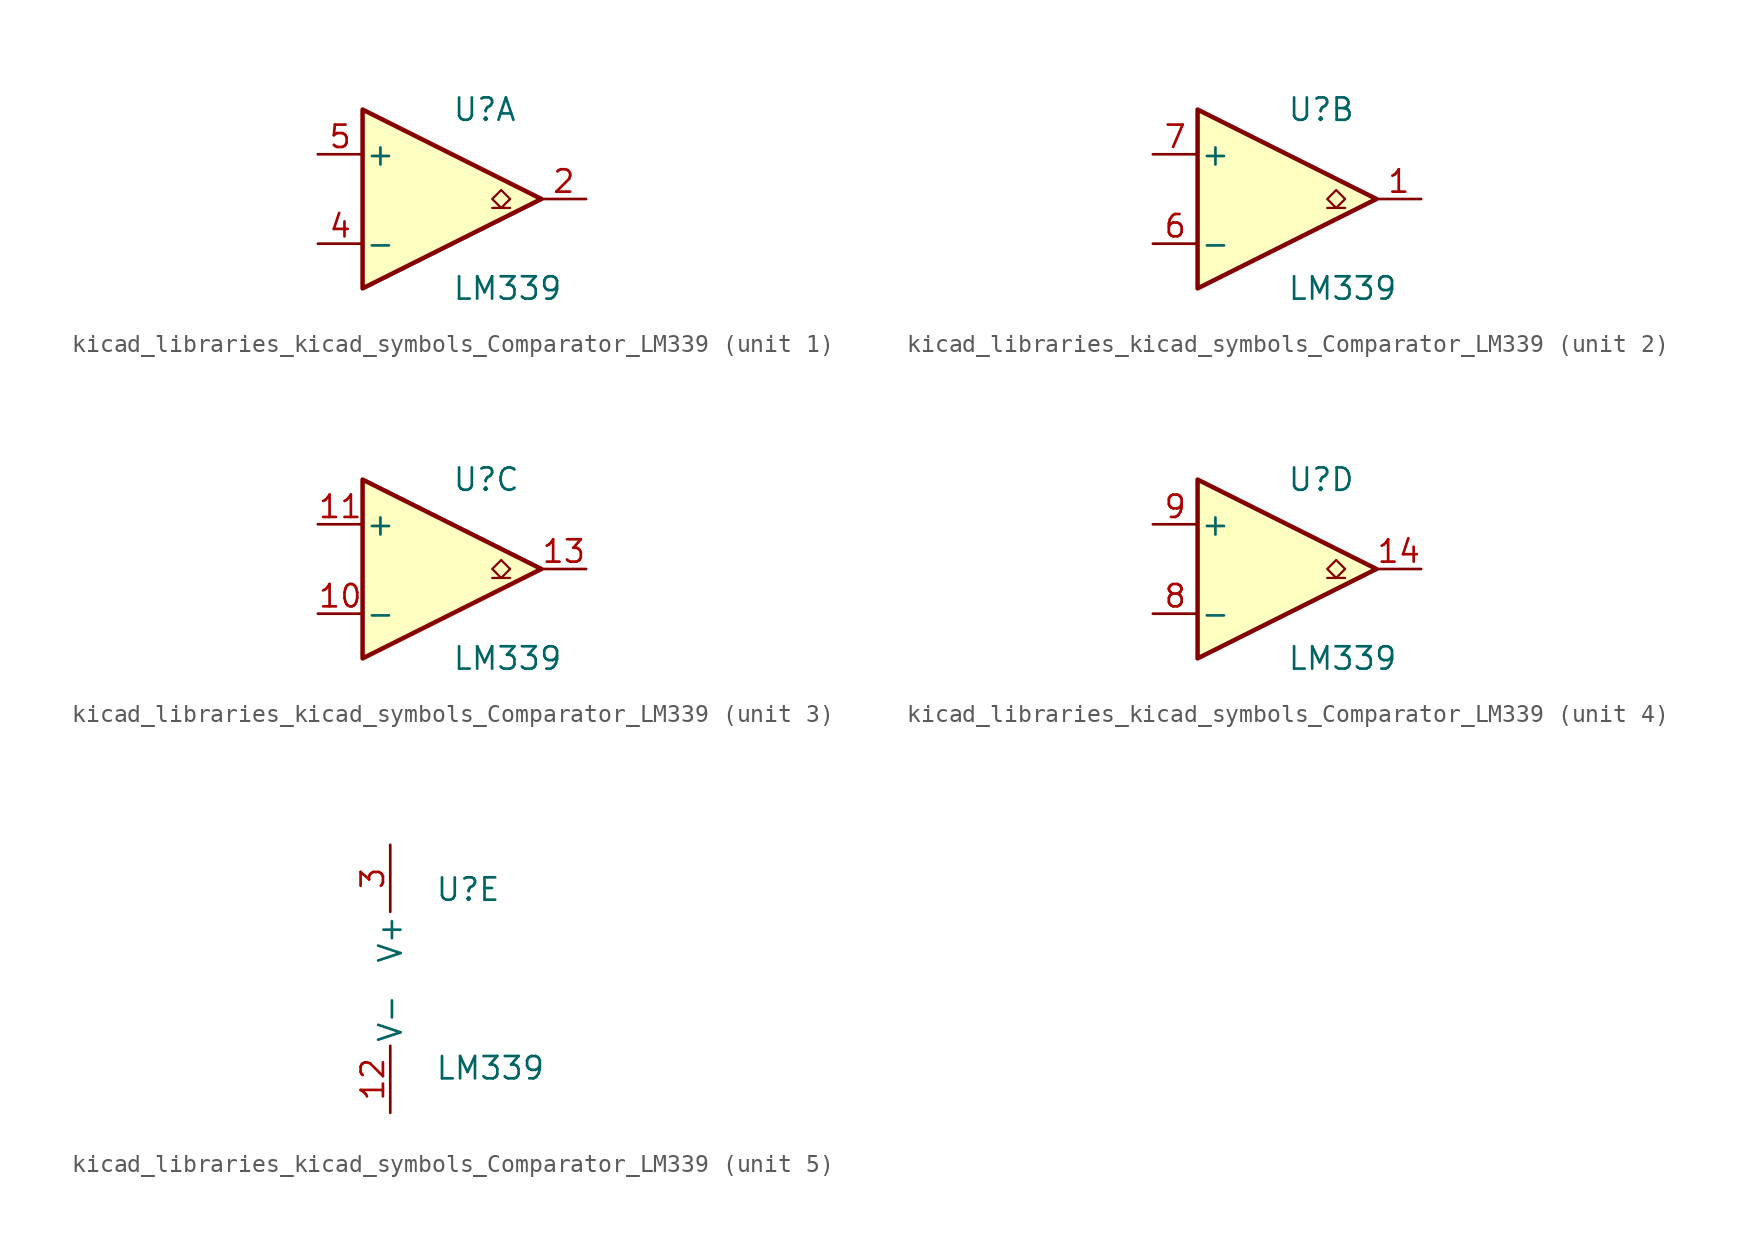
<source format=kicad_sym>
(kicad_symbol_lib
  (version 20220914)
  (generator kicad_symbol_editor)
  (symbol "kicad_libraries_kicad_symbols_Comparator_LM339"
    (pin_names
      (offset 0.127))
    (property "Reference" "U"
      (at 0 5.08 0)
      (effects (font (size 1.27 1.27)) (justify left)))
    (property "Value" "LM339"
      (at 0 -5.08 0)
      (effects (font (size 1.27 1.27)) (justify left)))
    (property "ki_locked" ""
      (at 0 0 0)
      (effects (font (size 1.27 1.27))))
    (symbol "kicad_libraries_kicad_symbols_Comparator_LM339_1_1"
      (polyline (pts (xy -5.08 5.08) (xy 5.08 0) (xy -5.08 -5.08) (xy -5.08 5.08)) (stroke (width 0.254) (type default)) (fill (type background)))
      (polyline (pts (xy 3.302 -0.508) (xy 2.794 -0.508) (xy 3.302 0) (xy 2.794 0.508) (xy 2.286 0) (xy 2.794 -0.508) (xy 2.286 -0.508)) (stroke (width 0.127) (type default)) (fill (type none)))
      (pin open_collector line (at 7.62 0 180) (length 2.54) (name "~" (effects (font (size 1.27 1.27)))) (number "2" (effects (font (size 1.27 1.27)))))
      (pin input line (at -7.62 -2.54 0) (length 2.54) (name "-" (effects (font (size 1.27 1.27)))) (number "4" (effects (font (size 1.27 1.27)))))
      (pin input line (at -7.62 2.54 0) (length 2.54) (name "+" (effects (font (size 1.27 1.27)))) (number "5" (effects (font (size 1.27 1.27))))))
    (symbol "kicad_libraries_kicad_symbols_Comparator_LM339_2_1"
      (polyline (pts (xy -5.08 5.08) (xy 5.08 0) (xy -5.08 -5.08) (xy -5.08 5.08)) (stroke (width 0.254) (type default)) (fill (type background)))
      (polyline (pts (xy 3.302 -0.508) (xy 2.794 -0.508) (xy 3.302 0) (xy 2.794 0.508) (xy 2.286 0) (xy 2.794 -0.508) (xy 2.286 -0.508)) (stroke (width 0.127) (type default)) (fill (type none)))
      (pin open_collector line (at 7.62 0 180) (length 2.54) (name "~" (effects (font (size 1.27 1.27)))) (number "1" (effects (font (size 1.27 1.27)))))
      (pin input line (at -7.62 -2.54 0) (length 2.54) (name "-" (effects (font (size 1.27 1.27)))) (number "6" (effects (font (size 1.27 1.27)))))
      (pin input line (at -7.62 2.54 0) (length 2.54) (name "+" (effects (font (size 1.27 1.27)))) (number "7" (effects (font (size 1.27 1.27))))))
    (symbol "kicad_libraries_kicad_symbols_Comparator_LM339_3_1"
      (polyline (pts (xy -5.08 5.08) (xy 5.08 0) (xy -5.08 -5.08) (xy -5.08 5.08)) (stroke (width 0.254) (type default)) (fill (type background)))
      (polyline (pts (xy 3.302 -0.508) (xy 2.794 -0.508) (xy 3.302 0) (xy 2.794 0.508) (xy 2.286 0) (xy 2.794 -0.508) (xy 2.286 -0.508)) (stroke (width 0.127) (type default)) (fill (type none)))
      (pin input line (at -7.62 -2.54 0) (length 2.54) (name "-" (effects (font (size 1.27 1.27)))) (number "10" (effects (font (size 1.27 1.27)))))
      (pin input line (at -7.62 2.54 0) (length 2.54) (name "+" (effects (font (size 1.27 1.27)))) (number "11" (effects (font (size 1.27 1.27)))))
      (pin open_collector line (at 7.62 0 180) (length 2.54) (name "~" (effects (font (size 1.27 1.27)))) (number "13" (effects (font (size 1.27 1.27))))))
    (symbol "kicad_libraries_kicad_symbols_Comparator_LM339_4_1"
      (polyline (pts (xy -5.08 5.08) (xy 5.08 0) (xy -5.08 -5.08) (xy -5.08 5.08)) (stroke (width 0.254) (type default)) (fill (type background)))
      (polyline (pts (xy 3.302 -0.508) (xy 2.794 -0.508) (xy 3.302 0) (xy 2.794 0.508) (xy 2.286 0) (xy 2.794 -0.508) (xy 2.286 -0.508)) (stroke (width 0.127) (type default)) (fill (type none)))
      (pin open_collector line (at 7.62 0 180) (length 2.54) (name "~" (effects (font (size 1.27 1.27)))) (number "14" (effects (font (size 1.27 1.27)))))
      (pin input line (at -7.62 -2.54 0) (length 2.54) (name "-" (effects (font (size 1.27 1.27)))) (number "8" (effects (font (size 1.27 1.27)))))
      (pin input line (at -7.62 2.54 0) (length 2.54) (name "+" (effects (font (size 1.27 1.27)))) (number "9" (effects (font (size 1.27 1.27))))))
    (symbol "kicad_libraries_kicad_symbols_Comparator_LM339_5_1"
      (pin power_in line (at -2.54 -7.62 90) (length 3.81) (name "V-" (effects (font (size 1.27 1.27)))) (number "12" (effects (font (size 1.27 1.27)))))
      (pin power_in line (at -2.54 7.62 270) (length 3.81) (name "V+" (effects (font (size 1.27 1.27)))) (number "3" (effects (font (size 1.27 1.27))))))))
</source>
